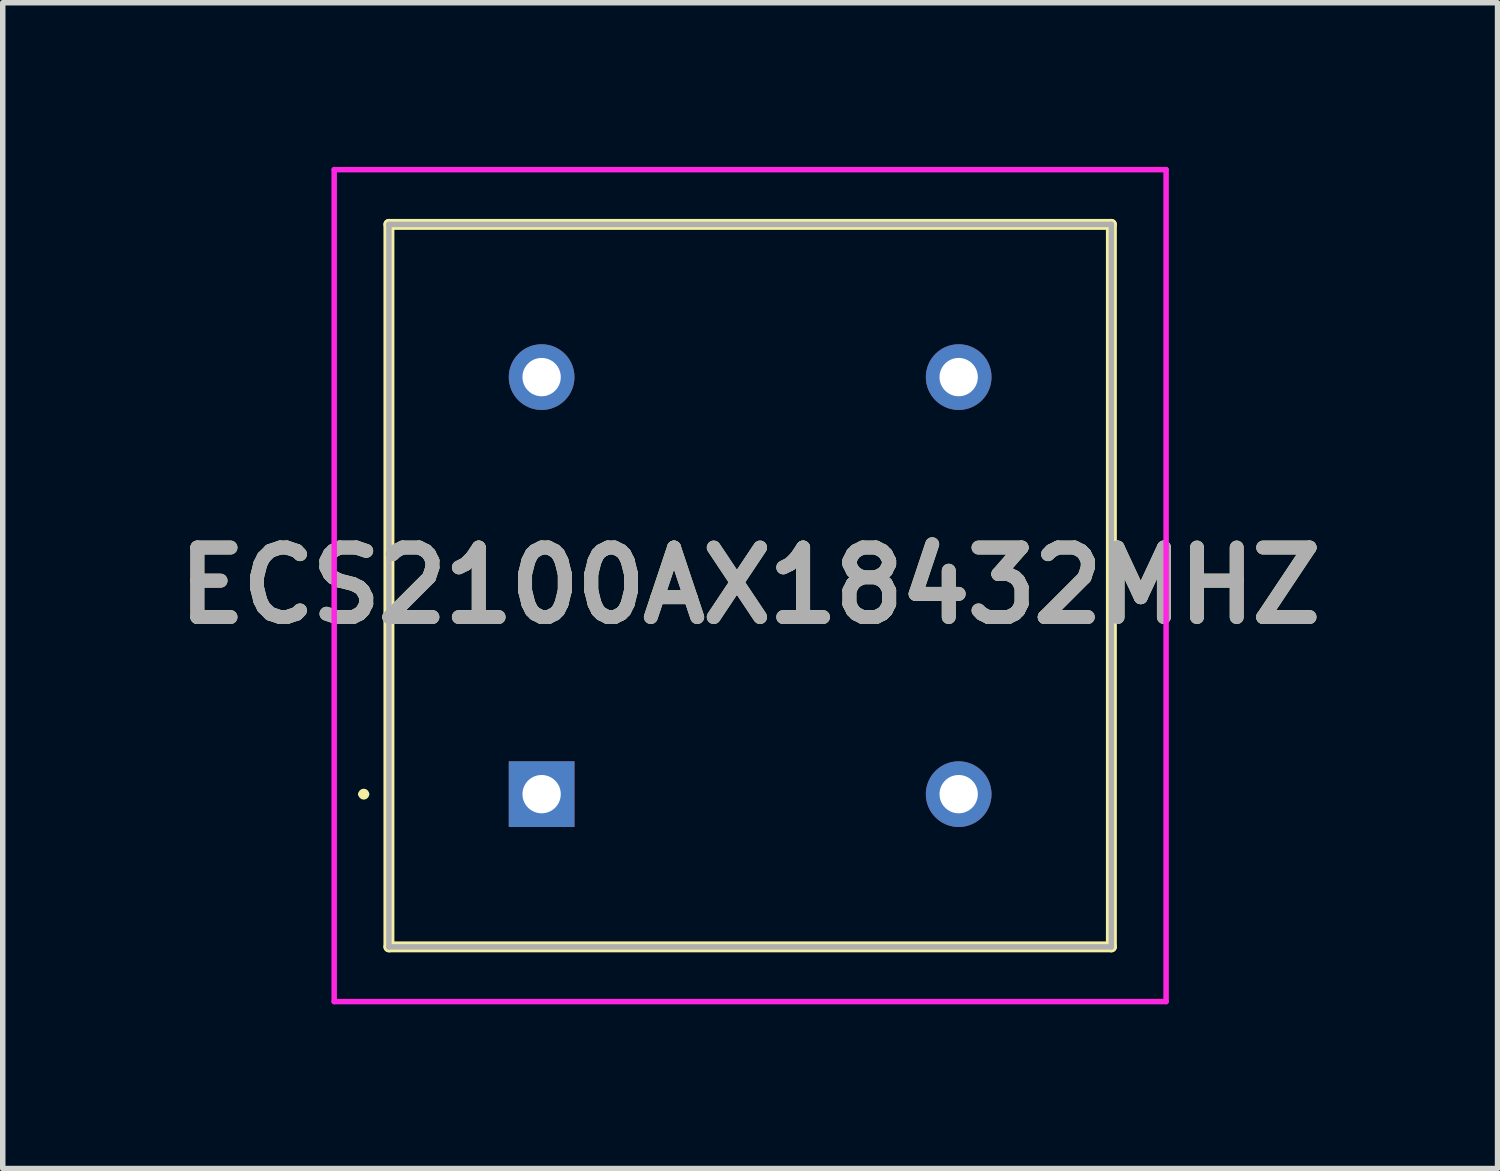
<source format=kicad_pcb>
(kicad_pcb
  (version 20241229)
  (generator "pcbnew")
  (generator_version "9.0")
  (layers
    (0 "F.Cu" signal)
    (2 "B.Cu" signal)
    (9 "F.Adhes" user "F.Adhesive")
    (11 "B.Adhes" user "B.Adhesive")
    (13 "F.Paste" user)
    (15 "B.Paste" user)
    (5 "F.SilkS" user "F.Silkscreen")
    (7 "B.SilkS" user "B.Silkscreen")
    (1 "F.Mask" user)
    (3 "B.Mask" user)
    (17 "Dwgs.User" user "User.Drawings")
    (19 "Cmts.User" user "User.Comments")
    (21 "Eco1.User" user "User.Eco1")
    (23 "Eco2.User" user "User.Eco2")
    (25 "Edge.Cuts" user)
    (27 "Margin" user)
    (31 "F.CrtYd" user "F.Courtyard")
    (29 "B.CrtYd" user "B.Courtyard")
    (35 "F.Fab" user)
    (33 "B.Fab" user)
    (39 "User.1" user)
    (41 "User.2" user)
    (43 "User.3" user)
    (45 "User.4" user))
  (footprint "ECS2100AX18432MHZ"
    (layer "F.Cu")
    (at 6.846 11.46)
    (property "Reference" "ECS2100AX18432MHZ" (at 3.81 -3.81 0) (layer "F.SilkS") (effects (font (size 1.27 1.27) (thickness 0.254))))
    (attr through_hole)
    (fp_line (start -3.3 0) (end -3.3 0) (stroke (width 0.1) (type solid)) (layer "F.SilkS"))
    (fp_line (start -3.2 0) (end -3.2 0) (stroke (width 0.1) (type solid)) (layer "F.SilkS"))
    (fp_line (start -2.79 -10.41) (end 10.41 -10.41) (stroke (width 0.2) (type solid)) (layer "F.SilkS"))
    (fp_line (start -2.79 2.79) (end -2.79 -10.41) (stroke (width 0.2) (type solid)) (layer "F.SilkS"))
    (fp_line (start 10.41 -10.41) (end 10.41 2.79) (stroke (width 0.2) (type solid)) (layer "F.SilkS"))
    (fp_line (start 10.41 2.79) (end -2.79 2.79) (stroke (width 0.2) (type solid)) (layer "F.SilkS"))
    (fp_arc (start -3.3 0) (mid -3.25 -0.05) (end -3.2 0) (stroke (width 0.1) (type solid)) (layer "F.SilkS"))
    (fp_arc (start -3.2 0) (mid -3.25 0.05) (end -3.3 0) (stroke (width 0.1) (type solid)) (layer "F.SilkS"))
    (fp_line (start -3.79 -11.41) (end 11.41 -11.41) (stroke (width 0.1) (type solid)) (layer "F.CrtYd"))
    (fp_line (start -3.79 3.79) (end -3.79 -11.41) (stroke (width 0.1) (type solid)) (layer "F.CrtYd"))
    (fp_line (start 11.41 -11.41) (end 11.41 3.79) (stroke (width 0.1) (type solid)) (layer "F.CrtYd"))
    (fp_line (start 11.41 3.79) (end -3.79 3.79) (stroke (width 0.1) (type solid)) (layer "F.CrtYd"))
    (fp_line (start -2.79 -10.41) (end 10.41 -10.41) (stroke (width 0.1) (type solid)) (layer "F.Fab"))
    (fp_line (start -2.79 2.79) (end -2.79 -10.41) (stroke (width 0.1) (type solid)) (layer "F.Fab"))
    (fp_line (start 10.41 -10.41) (end 10.41 2.79) (stroke (width 0.1) (type solid)) (layer "F.Fab"))
    (fp_line (start 10.41 2.79) (end -2.79 2.79) (stroke (width 0.1) (type solid)) (layer "F.Fab"))
    (fp_text user "${REFERENCE}" (at 3.81 -3.81 0) (layer "F.Fab") (effects (font (size 1.27 1.27) (thickness 0.254))))
    (pad "1" thru_hole rect (at 0 0) (size 1.2 1.2) (drill 0.7) (layers "*.Cu" "*.Mask"))
    (pad "4" thru_hole circle (at 7.62 0) (size 1.2 1.2) (drill 0.7) (layers "*.Cu" "*.Mask"))
    (pad "5" thru_hole circle (at 7.62 -7.62) (size 1.2 1.2) (drill 0.7) (layers "*.Cu" "*.Mask"))
    (pad "8" thru_hole circle (at 0 -7.62) (size 1.2 1.2) (drill 0.7) (layers "*.Cu" "*.Mask")))
  (gr_rect
    (start -3 -3)
    (end 24.312 18.3)
    (stroke (width 0.1) (type default))
    (fill no)
    (layer "Edge.Cuts")))
</source>
